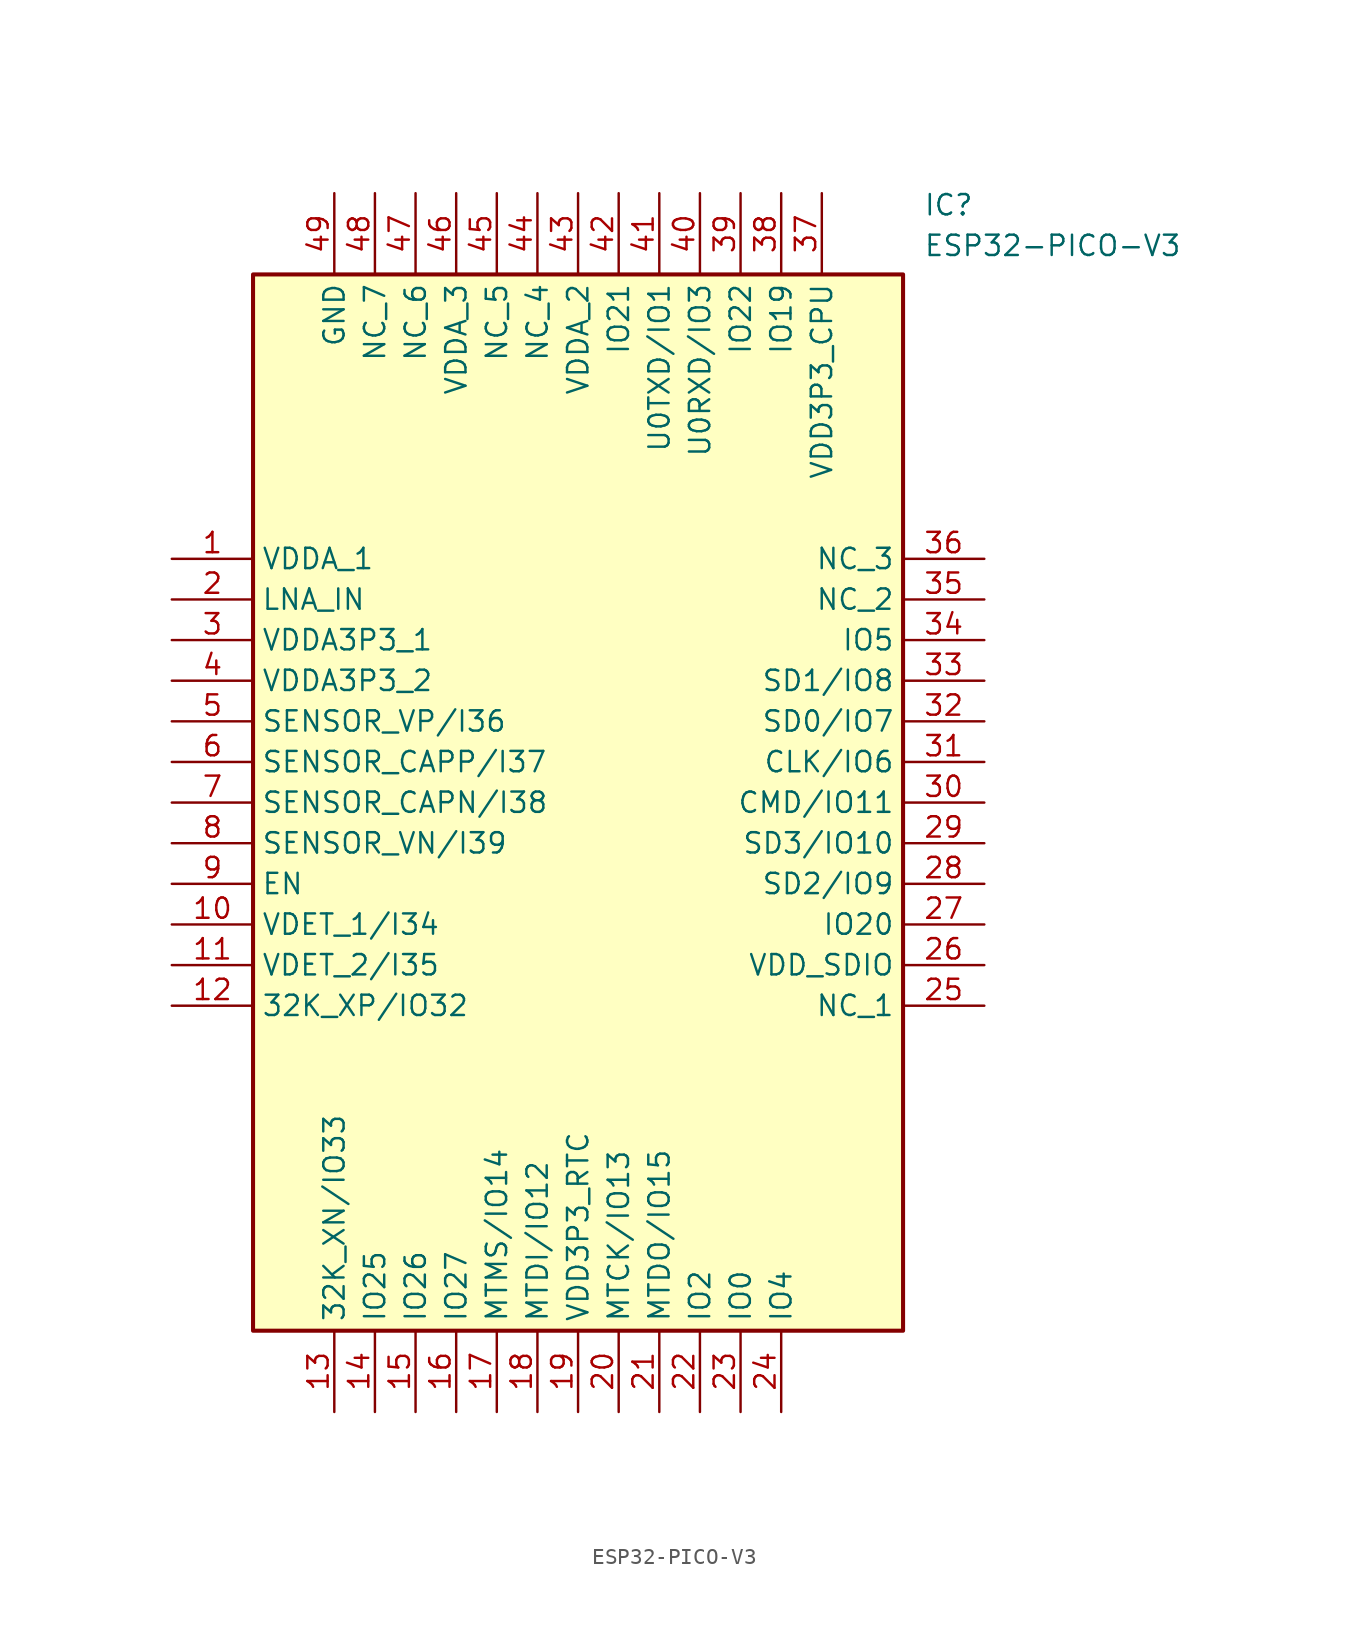
<source format=kicad_sym>
(kicad_symbol_lib
  (version 20241209)
  (generator "kicad_symbol_editor")
  (generator_version "9.0")
  (symbol "ESP32-PICO-V3"
    (property "Reference" "IC"
      (at 46.99 22.86 0)
      (effects (font (size 1.27 1.27)) (justify left top)))
    (property "Value" "ESP32-PICO-V3"
      (at 46.99 20.32 0)
      (effects (font (size 1.27 1.27)) (justify left top)))
    (symbol "ESP32-PICO-V3_1_1"
      (rectangle (start 5.08 17.78) (end 45.72 -48.26) (stroke (width 0.254) (type default)) (fill (type background)))
      (pin passive line (at 0 0 0) (length 5.08) (name "VDDA_1" (effects (font (size 1.27 1.27)))) (number "1" (effects (font (size 1.27 1.27)))))
      (pin passive line (at 0 -2.54 0) (length 5.08) (name "LNA_IN" (effects (font (size 1.27 1.27)))) (number "2" (effects (font (size 1.27 1.27)))))
      (pin passive line (at 0 -5.08 0) (length 5.08) (name "VDDA3P3_1" (effects (font (size 1.27 1.27)))) (number "3" (effects (font (size 1.27 1.27)))))
      (pin passive line (at 0 -7.62 0) (length 5.08) (name "VDDA3P3_2" (effects (font (size 1.27 1.27)))) (number "4" (effects (font (size 1.27 1.27)))))
      (pin passive line (at 0 -10.16 0) (length 5.08) (name "SENSOR_VP/I36" (effects (font (size 1.27 1.27)))) (number "5" (effects (font (size 1.27 1.27)))))
      (pin passive line (at 0 -12.7 0) (length 5.08) (name "SENSOR_CAPP/I37" (effects (font (size 1.27 1.27)))) (number "6" (effects (font (size 1.27 1.27)))))
      (pin passive line (at 0 -15.24 0) (length 5.08) (name "SENSOR_CAPN/I38" (effects (font (size 1.27 1.27)))) (number "7" (effects (font (size 1.27 1.27)))))
      (pin passive line (at 0 -17.78 0) (length 5.08) (name "SENSOR_VN/I39" (effects (font (size 1.27 1.27)))) (number "8" (effects (font (size 1.27 1.27)))))
      (pin passive line (at 0 -20.32 0) (length 5.08) (name "EN" (effects (font (size 1.27 1.27)))) (number "9" (effects (font (size 1.27 1.27)))))
      (pin passive line (at 0 -22.86 0) (length 5.08) (name "VDET_1/I34" (effects (font (size 1.27 1.27)))) (number "10" (effects (font (size 1.27 1.27)))))
      (pin passive line (at 0 -25.4 0) (length 5.08) (name "VDET_2/I35" (effects (font (size 1.27 1.27)))) (number "11" (effects (font (size 1.27 1.27)))))
      (pin passive line (at 0 -27.94 0) (length 5.08) (name "32K_XP/IO32" (effects (font (size 1.27 1.27)))) (number "12" (effects (font (size 1.27 1.27)))))
      (pin passive line (at 10.16 22.86 270) (length 5.08) (name "GND" (effects (font (size 1.27 1.27)))) (number "49" (effects (font (size 1.27 1.27)))))
      (pin passive line (at 10.16 -53.34 90) (length 5.08) (name "32K_XN/IO33" (effects (font (size 1.27 1.27)))) (number "13" (effects (font (size 1.27 1.27)))))
      (pin passive line (at 12.7 22.86 270) (length 5.08) (name "NC_7" (effects (font (size 1.27 1.27)))) (number "48" (effects (font (size 1.27 1.27)))))
      (pin passive line (at 12.7 -53.34 90) (length 5.08) (name "IO25" (effects (font (size 1.27 1.27)))) (number "14" (effects (font (size 1.27 1.27)))))
      (pin passive line (at 15.24 22.86 270) (length 5.08) (name "NC_6" (effects (font (size 1.27 1.27)))) (number "47" (effects (font (size 1.27 1.27)))))
      (pin passive line (at 15.24 -53.34 90) (length 5.08) (name "IO26" (effects (font (size 1.27 1.27)))) (number "15" (effects (font (size 1.27 1.27)))))
      (pin passive line (at 17.78 22.86 270) (length 5.08) (name "VDDA_3" (effects (font (size 1.27 1.27)))) (number "46" (effects (font (size 1.27 1.27)))))
      (pin passive line (at 17.78 -53.34 90) (length 5.08) (name "IO27" (effects (font (size 1.27 1.27)))) (number "16" (effects (font (size 1.27 1.27)))))
      (pin passive line (at 20.32 22.86 270) (length 5.08) (name "NC_5" (effects (font (size 1.27 1.27)))) (number "45" (effects (font (size 1.27 1.27)))))
      (pin passive line (at 20.32 -53.34 90) (length 5.08) (name "MTMS/IO14" (effects (font (size 1.27 1.27)))) (number "17" (effects (font (size 1.27 1.27)))))
      (pin passive line (at 22.86 22.86 270) (length 5.08) (name "NC_4" (effects (font (size 1.27 1.27)))) (number "44" (effects (font (size 1.27 1.27)))))
      (pin passive line (at 22.86 -53.34 90) (length 5.08) (name "MTDI/IO12" (effects (font (size 1.27 1.27)))) (number "18" (effects (font (size 1.27 1.27)))))
      (pin passive line (at 25.4 22.86 270) (length 5.08) (name "VDDA_2" (effects (font (size 1.27 1.27)))) (number "43" (effects (font (size 1.27 1.27)))))
      (pin passive line (at 25.4 -53.34 90) (length 5.08) (name "VDD3P3_RTC" (effects (font (size 1.27 1.27)))) (number "19" (effects (font (size 1.27 1.27)))))
      (pin passive line (at 27.94 22.86 270) (length 5.08) (name "IO21" (effects (font (size 1.27 1.27)))) (number "42" (effects (font (size 1.27 1.27)))))
      (pin passive line (at 27.94 -53.34 90) (length 5.08) (name "MTCK/IO13" (effects (font (size 1.27 1.27)))) (number "20" (effects (font (size 1.27 1.27)))))
      (pin passive line (at 30.48 22.86 270) (length 5.08) (name "U0TXD/IO1" (effects (font (size 1.27 1.27)))) (number "41" (effects (font (size 1.27 1.27)))))
      (pin passive line (at 30.48 -53.34 90) (length 5.08) (name "MTDO/IO15" (effects (font (size 1.27 1.27)))) (number "21" (effects (font (size 1.27 1.27)))))
      (pin passive line (at 33.02 22.86 270) (length 5.08) (name "U0RXD/IO3" (effects (font (size 1.27 1.27)))) (number "40" (effects (font (size 1.27 1.27)))))
      (pin passive line (at 33.02 -53.34 90) (length 5.08) (name "IO2" (effects (font (size 1.27 1.27)))) (number "22" (effects (font (size 1.27 1.27)))))
      (pin passive line (at 35.56 22.86 270) (length 5.08) (name "IO22" (effects (font (size 1.27 1.27)))) (number "39" (effects (font (size 1.27 1.27)))))
      (pin passive line (at 35.56 -53.34 90) (length 5.08) (name "IO0" (effects (font (size 1.27 1.27)))) (number "23" (effects (font (size 1.27 1.27)))))
      (pin passive line (at 38.1 22.86 270) (length 5.08) (name "IO19" (effects (font (size 1.27 1.27)))) (number "38" (effects (font (size 1.27 1.27)))))
      (pin passive line (at 38.1 -53.34 90) (length 5.08) (name "IO4" (effects (font (size 1.27 1.27)))) (number "24" (effects (font (size 1.27 1.27)))))
      (pin passive line (at 40.64 22.86 270) (length 5.08) (name "VDD3P3_CPU" (effects (font (size 1.27 1.27)))) (number "37" (effects (font (size 1.27 1.27)))))
      (pin passive line (at 50.8 0 180) (length 5.08) (name "NC_3" (effects (font (size 1.27 1.27)))) (number "36" (effects (font (size 1.27 1.27)))))
      (pin passive line (at 50.8 -2.54 180) (length 5.08) (name "NC_2" (effects (font (size 1.27 1.27)))) (number "35" (effects (font (size 1.27 1.27)))))
      (pin passive line (at 50.8 -5.08 180) (length 5.08) (name "IO5" (effects (font (size 1.27 1.27)))) (number "34" (effects (font (size 1.27 1.27)))))
      (pin passive line (at 50.8 -7.62 180) (length 5.08) (name "SD1/IO8" (effects (font (size 1.27 1.27)))) (number "33" (effects (font (size 1.27 1.27)))))
      (pin passive line (at 50.8 -10.16 180) (length 5.08) (name "SD0/IO7" (effects (font (size 1.27 1.27)))) (number "32" (effects (font (size 1.27 1.27)))))
      (pin passive line (at 50.8 -12.7 180) (length 5.08) (name "CLK/IO6" (effects (font (size 1.27 1.27)))) (number "31" (effects (font (size 1.27 1.27)))))
      (pin passive line (at 50.8 -15.24 180) (length 5.08) (name "CMD/IO11" (effects (font (size 1.27 1.27)))) (number "30" (effects (font (size 1.27 1.27)))))
      (pin passive line (at 50.8 -17.78 180) (length 5.08) (name "SD3/IO10" (effects (font (size 1.27 1.27)))) (number "29" (effects (font (size 1.27 1.27)))))
      (pin passive line (at 50.8 -20.32 180) (length 5.08) (name "SD2/IO9" (effects (font (size 1.27 1.27)))) (number "28" (effects (font (size 1.27 1.27)))))
      (pin passive line (at 50.8 -22.86 180) (length 5.08) (name "IO20" (effects (font (size 1.27 1.27)))) (number "27" (effects (font (size 1.27 1.27)))))
      (pin passive line (at 50.8 -25.4 180) (length 5.08) (name "VDD_SDIO" (effects (font (size 1.27 1.27)))) (number "26" (effects (font (size 1.27 1.27)))))
      (pin passive line (at 50.8 -27.94 180) (length 5.08) (name "NC_1" (effects (font (size 1.27 1.27)))) (number "25" (effects (font (size 1.27 1.27))))))))
</source>
